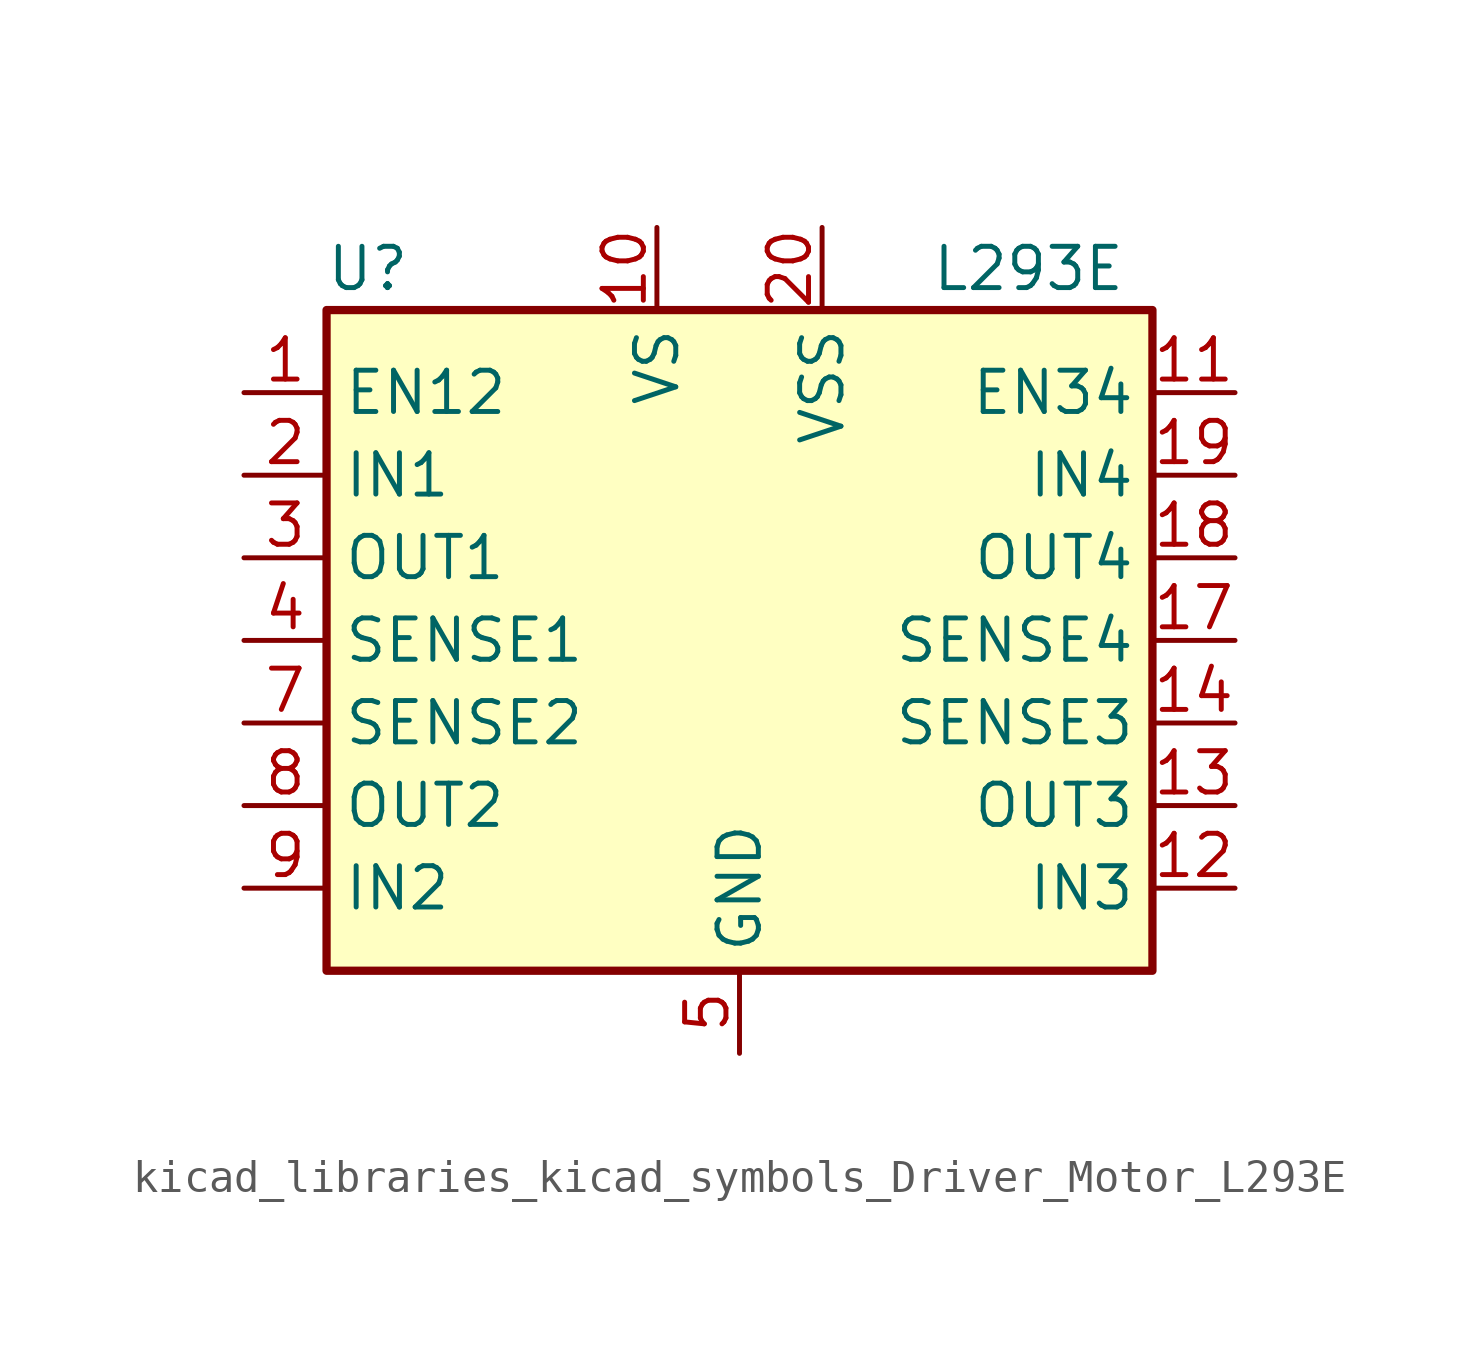
<source format=kicad_sym>
(kicad_symbol_lib
  (version 20220914)
  (generator kicad_symbol_editor)
  (symbol "kicad_libraries_kicad_symbols_Driver_Motor_L293E"
    (property "Reference" "U"
      (at -11.43 11.43 0)
      (effects (font (size 1.27 1.27))))
    (property "Value" "L293E"
      (at 8.89 11.43 0)
      (effects (font (size 1.27 1.27))))
    (symbol "kicad_libraries_kicad_symbols_Driver_Motor_L293E_0_1"
      (rectangle (start -12.7 10.16) (end 12.7 -10.16) (stroke (width 0.254) (type default)) (fill (type background))))
    (symbol "kicad_libraries_kicad_symbols_Driver_Motor_L293E_1_1"
      (pin input line (at -15.24 7.62 0) (length 2.54) (name "EN12" (effects (font (size 1.27 1.27)))) (number "1" (effects (font (size 1.27 1.27)))))
      (pin power_in line (at -2.54 12.7 270) (length 2.54) (name "VS" (effects (font (size 1.27 1.27)))) (number "10" (effects (font (size 1.27 1.27)))))
      (pin input line (at 15.24 7.62 180) (length 2.54) (name "EN34" (effects (font (size 1.27 1.27)))) (number "11" (effects (font (size 1.27 1.27)))))
      (pin input line (at 15.24 -7.62 180) (length 2.54) (name "IN3" (effects (font (size 1.27 1.27)))) (number "12" (effects (font (size 1.27 1.27)))))
      (pin output line (at 15.24 -5.08 180) (length 2.54) (name "OUT3" (effects (font (size 1.27 1.27)))) (number "13" (effects (font (size 1.27 1.27)))))
      (pin passive line (at 15.24 -2.54 180) (length 2.54) (name "SENSE3" (effects (font (size 1.27 1.27)))) (number "14" (effects (font (size 1.27 1.27)))))
      (pin passive line (at 0 -12.7 90) (length 2.54) hide (name "GND" (effects (font (size 1.27 1.27)))) (number "15" (effects (font (size 1.27 1.27)))))
      (pin passive line (at 0 -12.7 90) (length 2.54) hide (name "GND" (effects (font (size 1.27 1.27)))) (number "16" (effects (font (size 1.27 1.27)))))
      (pin passive line (at 15.24 0 180) (length 2.54) (name "SENSE4" (effects (font (size 1.27 1.27)))) (number "17" (effects (font (size 1.27 1.27)))))
      (pin output line (at 15.24 2.54 180) (length 2.54) (name "OUT4" (effects (font (size 1.27 1.27)))) (number "18" (effects (font (size 1.27 1.27)))))
      (pin input line (at 15.24 5.08 180) (length 2.54) (name "IN4" (effects (font (size 1.27 1.27)))) (number "19" (effects (font (size 1.27 1.27)))))
      (pin input line (at -15.24 5.08 0) (length 2.54) (name "IN1" (effects (font (size 1.27 1.27)))) (number "2" (effects (font (size 1.27 1.27)))))
      (pin power_in line (at 2.54 12.7 270) (length 2.54) (name "VSS" (effects (font (size 1.27 1.27)))) (number "20" (effects (font (size 1.27 1.27)))))
      (pin output line (at -15.24 2.54 0) (length 2.54) (name "OUT1" (effects (font (size 1.27 1.27)))) (number "3" (effects (font (size 1.27 1.27)))))
      (pin passive line (at -15.24 0 0) (length 2.54) (name "SENSE1" (effects (font (size 1.27 1.27)))) (number "4" (effects (font (size 1.27 1.27)))))
      (pin power_in line (at 0 -12.7 90) (length 2.54) (name "GND" (effects (font (size 1.27 1.27)))) (number "5" (effects (font (size 1.27 1.27)))))
      (pin passive line (at 0 -12.7 90) (length 2.54) hide (name "GND" (effects (font (size 1.27 1.27)))) (number "6" (effects (font (size 1.27 1.27)))))
      (pin passive line (at -15.24 -2.54 0) (length 2.54) (name "SENSE2" (effects (font (size 1.27 1.27)))) (number "7" (effects (font (size 1.27 1.27)))))
      (pin output line (at -15.24 -5.08 0) (length 2.54) (name "OUT2" (effects (font (size 1.27 1.27)))) (number "8" (effects (font (size 1.27 1.27)))))
      (pin input line (at -15.24 -7.62 0) (length 2.54) (name "IN2" (effects (font (size 1.27 1.27)))) (number "9" (effects (font (size 1.27 1.27))))))))
</source>
